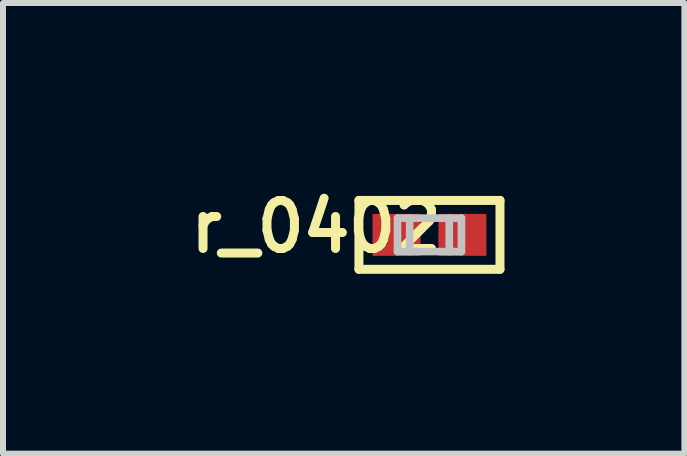
<source format=kicad_pcb>
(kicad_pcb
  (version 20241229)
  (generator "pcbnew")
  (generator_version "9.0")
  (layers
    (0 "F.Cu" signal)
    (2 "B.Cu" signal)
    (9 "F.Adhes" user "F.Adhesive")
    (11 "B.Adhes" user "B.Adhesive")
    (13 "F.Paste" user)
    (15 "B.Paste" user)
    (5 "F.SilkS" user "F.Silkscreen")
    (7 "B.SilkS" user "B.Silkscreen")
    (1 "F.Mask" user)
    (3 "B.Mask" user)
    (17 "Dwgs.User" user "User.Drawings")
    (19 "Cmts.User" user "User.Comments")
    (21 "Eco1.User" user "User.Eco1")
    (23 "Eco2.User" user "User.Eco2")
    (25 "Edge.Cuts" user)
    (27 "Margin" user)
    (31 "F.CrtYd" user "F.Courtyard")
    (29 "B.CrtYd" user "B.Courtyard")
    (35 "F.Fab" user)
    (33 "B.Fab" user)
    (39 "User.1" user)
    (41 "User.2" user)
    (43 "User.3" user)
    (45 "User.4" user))
  (footprint "r_0402"
    (layer "F.Cu")
    (at 4.111 0.866)
    (property "Reference" "r_0402" (at -1.89 -0.135 0) (layer "F.SilkS") (effects (font (size 0.8 0.8) (thickness 0.15))))
    (attr through_hole)
    (fp_line (start -1.176 -0.574) (end 1.176 -0.574) (stroke (width 0.15) (type solid)) (layer "F.SilkS"))
    (fp_line (start -1.176 0.574) (end -1.176 -0.574) (stroke (width 0.15) (type solid)) (layer "F.SilkS"))
    (fp_line (start 1.176 -0.574) (end 1.176 0.574) (stroke (width 0.15) (type solid)) (layer "F.SilkS"))
    (fp_line (start 1.176 0.574) (end -1.176 0.574) (stroke (width 0.15) (type solid)) (layer "F.SilkS"))
    (fp_line (start -0.533 -0.279) (end -0.533 0.279) (stroke (width 0.127) (type solid)) (layer "Dwgs.User"))
    (fp_line (start -0.533 0.279) (end 0.533 0.279) (stroke (width 0.127) (type solid)) (layer "Dwgs.User"))
    (fp_line (start -0.33 -0.279) (end -0.33 0.279) (stroke (width 0.127) (type solid)) (layer "Dwgs.User"))
    (fp_line (start 0.33 -0.279) (end 0.33 0.279) (stroke (width 0.127) (type solid)) (layer "Dwgs.User"))
    (fp_line (start 0.533 -0.279) (end -0.533 -0.279) (stroke (width 0.127) (type solid)) (layer "Dwgs.User"))
    (fp_line (start 0.533 0.279) (end 0.533 -0.279) (stroke (width 0.127) (type solid)) (layer "Dwgs.User"))
    (pad "1" smd rect (at 0.549 0) (size 0.8 0.699) (layers "F.Cu" "F.Mask" "F.Paste"))
    (pad "2" smd rect (at -0.549 0) (size 0.8 0.699) (layers "F.Cu" "F.Mask" "F.Paste")))
  (gr_rect
    (start -3 -3)
    (end 8.362 4.515)
    (stroke (width 0.1) (type default))
    (fill no)
    (layer "Edge.Cuts")))
</source>
